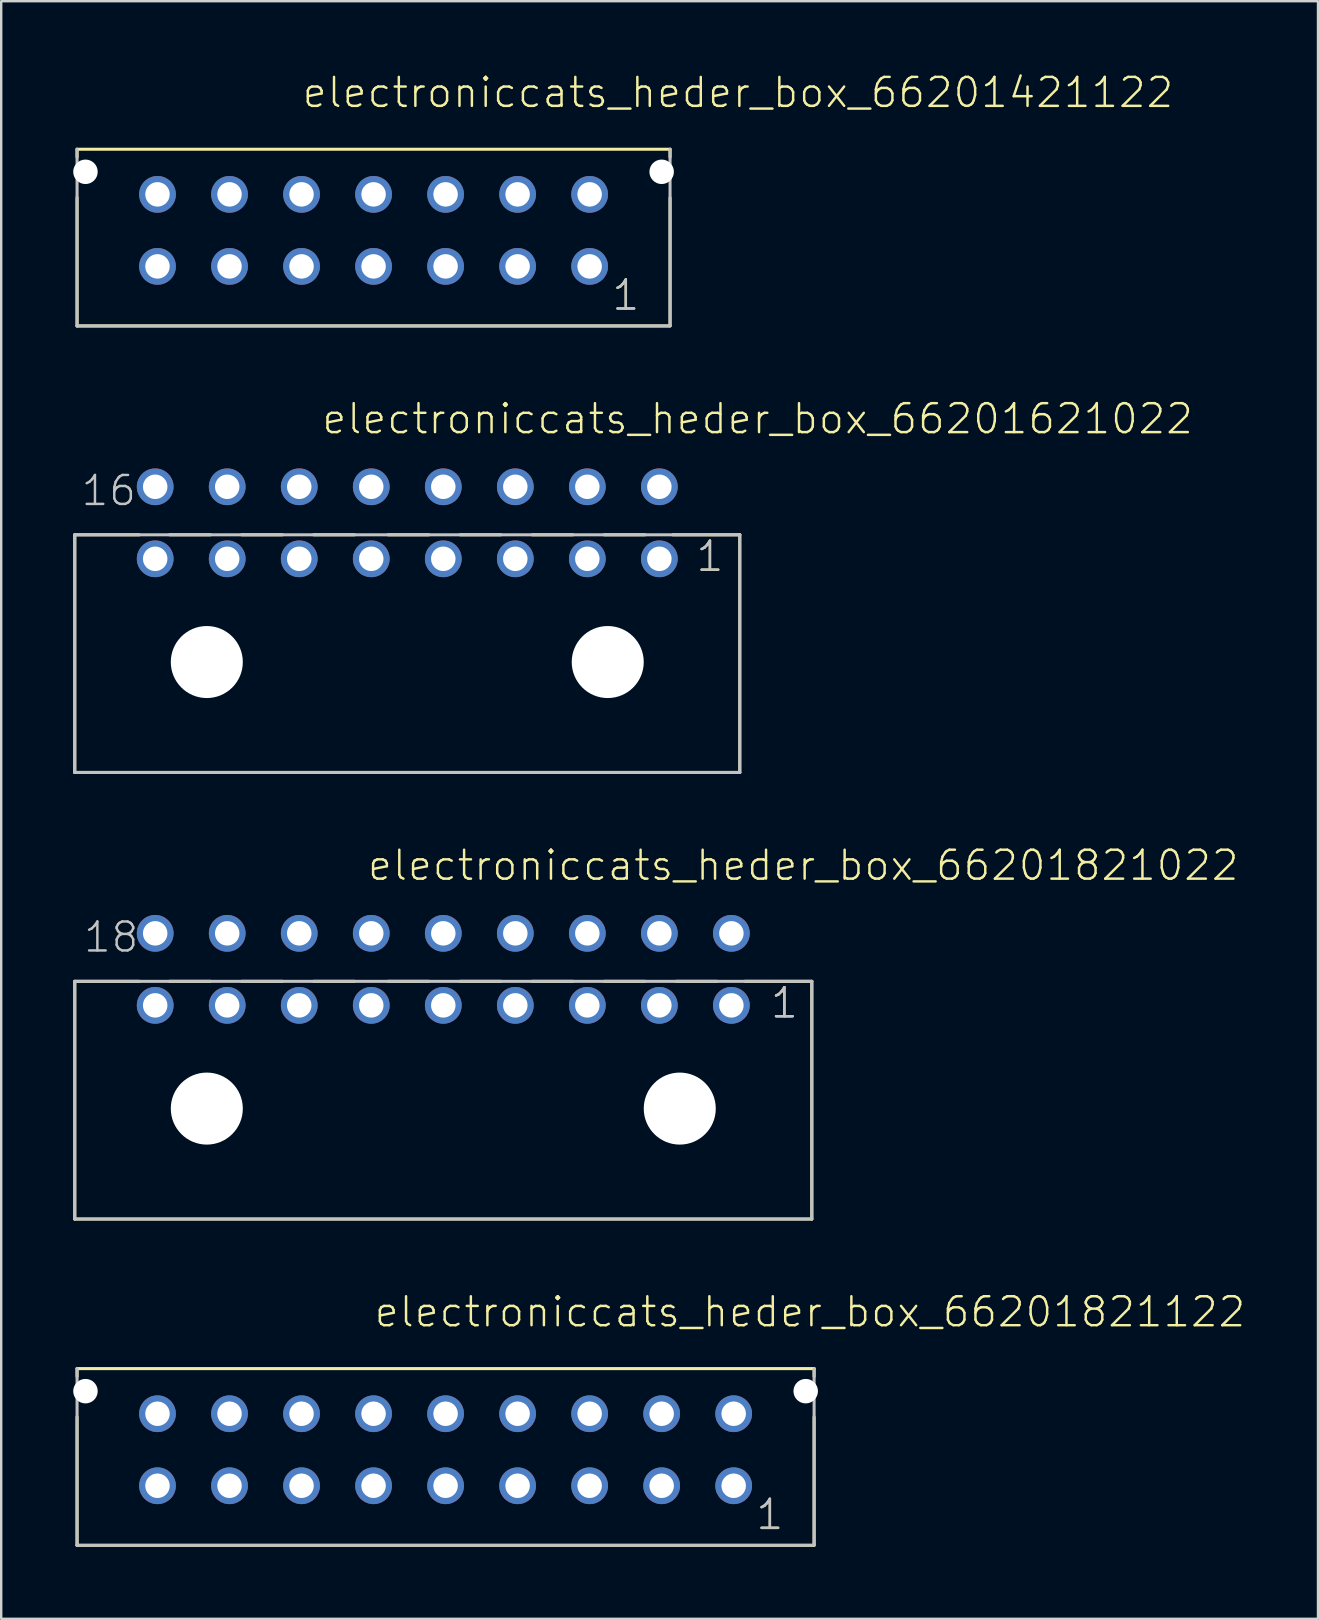
<source format=kicad_pcb>
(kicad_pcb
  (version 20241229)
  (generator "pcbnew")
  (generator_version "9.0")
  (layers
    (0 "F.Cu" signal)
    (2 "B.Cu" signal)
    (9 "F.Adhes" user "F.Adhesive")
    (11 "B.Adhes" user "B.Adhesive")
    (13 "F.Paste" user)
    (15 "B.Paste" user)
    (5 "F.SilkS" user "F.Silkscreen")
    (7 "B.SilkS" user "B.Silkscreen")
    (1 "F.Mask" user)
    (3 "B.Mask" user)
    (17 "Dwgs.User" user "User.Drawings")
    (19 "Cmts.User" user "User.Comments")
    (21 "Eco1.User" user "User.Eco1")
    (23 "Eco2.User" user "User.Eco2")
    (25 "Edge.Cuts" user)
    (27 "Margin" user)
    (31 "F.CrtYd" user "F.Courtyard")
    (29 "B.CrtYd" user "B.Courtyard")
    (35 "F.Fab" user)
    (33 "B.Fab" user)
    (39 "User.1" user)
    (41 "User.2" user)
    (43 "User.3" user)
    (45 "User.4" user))
  (footprint "electroniccats_heder_box_66201421122"
    (layer "F.Cu")
    (at 12.51 6.546)
    (property "Reference" "electroniccats_heder_box_66201421122" (at -3.035 -5.035 0) (layer "F.SilkS") (effects (font (size 1.206 1.206) (thickness 0.102)) (justify left bottom)))
    (attr through_hole)
    (fp_line (start -12.35 -3.05) (end -12.35 -3.38) (stroke (width 0.127) (type solid)) (layer "F.SilkS"))
    (fp_line (start -12.35 -1.37) (end -12.35 3.98) (stroke (width 0.127) (type solid)) (layer "F.SilkS"))
    (fp_line (start -12.35 3.98) (end 12.35 3.98) (stroke (width 0.127) (type solid)) (layer "F.SilkS"))
    (fp_line (start 12.35 -3.38) (end -12.35 -3.38) (stroke (width 0.127) (type solid)) (layer "F.SilkS"))
    (fp_line (start 12.35 -3.05) (end 12.35 -3.38) (stroke (width 0.127) (type solid)) (layer "F.SilkS"))
    (fp_line (start 12.35 -1.36) (end 12.35 3.94) (stroke (width 0.127) (type solid)) (layer "F.SilkS"))
    (fp_line (start -12.35 -3.38) (end -12.35 3.98) (stroke (width 0.127) (type solid)) (layer "Dwgs.User"))
    (fp_line (start -12.35 3.98) (end 12.35 3.98) (stroke (width 0.127) (type solid)) (layer "Dwgs.User"))
    (fp_line (start 12.35 3.98) (end 12.35 -3.38) (stroke (width 0.127) (type solid)) (layer "Dwgs.User"))
    (fp_text user "1" (at 9.865 3.405 0) (layer "F.SilkS") (effects (font (size 1.206 1.206) (thickness 0.102)) (justify left bottom)))
    (fp_text user "1" (at 9.865 3.405 0) (layer "Dwgs.User") (effects (font (size 1.206 1.206) (thickness 0.102)) (justify left bottom)))
    (pad "" np_thru_hole circle (at -12 -2.44) (size 1.02 1.02) (drill 1.02) (layers "*.Cu"))
    (pad "" np_thru_hole circle (at 12 -2.44) (size 1.02 1.02) (drill 1.02) (layers "*.Cu"))
    (pad "1" thru_hole circle (at 9 1.5) (size 1.53 1.53) (drill 1.02) (layers "*.Cu" "*.Mask"))
    (pad "2" thru_hole circle (at 6 1.5) (size 1.53 1.53) (drill 1.02) (layers "*.Cu" "*.Mask"))
    (pad "3" thru_hole circle (at 3 1.5) (size 1.53 1.53) (drill 1.02) (layers "*.Cu" "*.Mask"))
    (pad "4" thru_hole circle (at 0 1.5) (size 1.53 1.53) (drill 1.02) (layers "*.Cu" "*.Mask"))
    (pad "5" thru_hole circle (at -3 1.5) (size 1.53 1.53) (drill 1.02) (layers "*.Cu" "*.Mask"))
    (pad "6" thru_hole circle (at -6 1.5) (size 1.53 1.53) (drill 1.02) (layers "*.Cu" "*.Mask"))
    (pad "7" thru_hole circle (at -9 1.5) (size 1.53 1.53) (drill 1.02) (layers "*.Cu" "*.Mask"))
    (pad "8" thru_hole circle (at 9 -1.5) (size 1.53 1.53) (drill 1.02) (layers "*.Cu" "*.Mask"))
    (pad "9" thru_hole circle (at 6 -1.5) (size 1.53 1.53) (drill 1.02) (layers "*.Cu" "*.Mask"))
    (pad "10" thru_hole circle (at 3 -1.5) (size 1.53 1.53) (drill 1.02) (layers "*.Cu" "*.Mask"))
    (pad "11" thru_hole circle (at 0 -1.5) (size 1.53 1.53) (drill 1.02) (layers "*.Cu" "*.Mask"))
    (pad "12" thru_hole circle (at -3 -1.5) (size 1.53 1.53) (drill 1.02) (layers "*.Cu" "*.Mask"))
    (pad "13" thru_hole circle (at -6 -1.5) (size 1.53 1.53) (drill 1.02) (layers "*.Cu" "*.Mask"))
    (pad "14" thru_hole circle (at -9 -1.5) (size 1.53 1.53) (drill 1.02) (layers "*.Cu" "*.Mask")))
  (footprint "electroniccats_heder_box_66201621022"
    (layer "F.Cu")
    (at 13.914 24.526)
    (property "Reference" "electroniccats_heder_box_66201621022" (at -3.62 -9.425 0) (layer "F.SilkS") (effects (font (size 1.206 1.206) (thickness 0.102)) (justify left bottom)))
    (attr through_hole)
    (fp_line (start -13.85 4.6) (end -13.85 -5.3) (stroke (width 0.127) (type solid)) (layer "F.SilkS"))
    (fp_line (start -11.16 -5.3) (end -13.85 -5.3) (stroke (width 0.127) (type solid)) (layer "F.SilkS"))
    (fp_line (start -9.9 -5.3) (end -8.2 -5.3) (stroke (width 0.127) (type solid)) (layer "F.SilkS"))
    (fp_line (start -6.9 -5.3) (end -5.2 -5.3) (stroke (width 0.127) (type solid)) (layer "F.SilkS"))
    (fp_line (start -3.9 -5.3) (end -2.2 -5.3) (stroke (width 0.127) (type solid)) (layer "F.SilkS"))
    (fp_line (start -0.8 -5.3) (end 0.9 -5.3) (stroke (width 0.127) (type solid)) (layer "F.SilkS"))
    (fp_line (start 2.2 -5.3) (end 3.9 -5.3) (stroke (width 0.127) (type solid)) (layer "F.SilkS"))
    (fp_line (start 5.2 -5.3) (end 6.9 -5.3) (stroke (width 0.127) (type solid)) (layer "F.SilkS"))
    (fp_line (start 8.2 -5.3) (end 9.9 -5.3) (stroke (width 0.127) (type solid)) (layer "F.SilkS"))
    (fp_line (start 11.06 -5.3) (end 13.85 -5.3) (stroke (width 0.127) (type solid)) (layer "F.SilkS"))
    (fp_line (start 13.85 -5.3) (end 13.85 4.6) (stroke (width 0.127) (type solid)) (layer "F.SilkS"))
    (fp_line (start 13.85 4.6) (end -13.85 4.6) (stroke (width 0.127) (type solid)) (layer "F.SilkS"))
    (fp_line (start -13.85 -5.3) (end 13.85 -5.3) (stroke (width 0.127) (type solid)) (layer "Dwgs.User"))
    (fp_line (start -13.85 4.6) (end -13.85 -5.3) (stroke (width 0.127) (type solid)) (layer "Dwgs.User"))
    (fp_line (start 13.85 -5.3) (end 13.85 4.6) (stroke (width 0.127) (type solid)) (layer "Dwgs.User"))
    (fp_line (start 13.85 4.6) (end -13.85 4.6) (stroke (width 0.127) (type solid)) (layer "Dwgs.User"))
    (fp_text user "1" (at 11.965 -3.695 0) (layer "F.SilkS") (effects (font (size 1.206 1.206) (thickness 0.102)) (justify left bottom)))
    (fp_text user "1" (at 11.965 -3.695 0) (layer "Dwgs.User") (effects (font (size 1.206 1.206) (thickness 0.102)) (justify left bottom)))
    (fp_text user "16" (at -13.65 -6.435 0) (layer "Dwgs.User") (effects (font (size 1.206 1.206) (thickness 0.102)) (justify left bottom)))
    (pad "" np_thru_hole circle (at -8.35 0) (size 3 3) (drill 3) (layers "*.Cu"))
    (pad "" np_thru_hole circle (at 8.35 0) (size 3 3) (drill 3) (layers "*.Cu"))
    (pad "1" thru_hole circle (at 10.5 -4.3) (size 1.53 1.53) (drill 1.02) (layers "*.Cu" "*.Mask"))
    (pad "2" thru_hole circle (at 7.5 -4.3) (size 1.53 1.53) (drill 1.02) (layers "*.Cu" "*.Mask"))
    (pad "3" thru_hole circle (at 4.5 -4.3) (size 1.53 1.53) (drill 1.02) (layers "*.Cu" "*.Mask"))
    (pad "4" thru_hole circle (at 1.5 -4.3) (size 1.53 1.53) (drill 1.02) (layers "*.Cu" "*.Mask"))
    (pad "5" thru_hole circle (at -1.5 -4.3) (size 1.53 1.53) (drill 1.02) (layers "*.Cu" "*.Mask"))
    (pad "6" thru_hole circle (at -4.5 -4.3) (size 1.53 1.53) (drill 1.02) (layers "*.Cu" "*.Mask"))
    (pad "7" thru_hole circle (at -7.5 -4.3) (size 1.53 1.53) (drill 1.02) (layers "*.Cu" "*.Mask"))
    (pad "8" thru_hole circle (at -10.5 -4.3) (size 1.53 1.53) (drill 1.02) (layers "*.Cu" "*.Mask"))
    (pad "9" thru_hole circle (at 10.5 -7.3) (size 1.53 1.53) (drill 1.02) (layers "*.Cu" "*.Mask"))
    (pad "10" thru_hole circle (at 7.5 -7.3) (size 1.53 1.53) (drill 1.02) (layers "*.Cu" "*.Mask"))
    (pad "11" thru_hole circle (at 4.5 -7.3) (size 1.53 1.53) (drill 1.02) (layers "*.Cu" "*.Mask"))
    (pad "12" thru_hole circle (at 1.5 -7.3) (size 1.53 1.53) (drill 1.02) (layers "*.Cu" "*.Mask"))
    (pad "13" thru_hole circle (at -1.5 -7.3) (size 1.53 1.53) (drill 1.02) (layers "*.Cu" "*.Mask"))
    (pad "14" thru_hole circle (at -4.5 -7.3) (size 1.53 1.53) (drill 1.02) (layers "*.Cu" "*.Mask"))
    (pad "15" thru_hole circle (at -7.5 -7.3) (size 1.53 1.53) (drill 1.02) (layers "*.Cu" "*.Mask"))
    (pad "16" thru_hole circle (at -10.5 -7.3) (size 1.53 1.53) (drill 1.02) (layers "*.Cu" "*.Mask")))
  (footprint "electroniccats_heder_box_66201821122"
    (layer "F.Cu")
    (at 15.51 57.336)
    (property "Reference" "electroniccats_heder_box_66201821122" (at -3.035 -5.035 0) (layer "F.SilkS") (effects (font (size 1.206 1.206) (thickness 0.102)) (justify left bottom)))
    (attr through_hole)
    (fp_line (start -15.35 -3.05) (end -15.35 -3.38) (stroke (width 0.127) (type solid)) (layer "F.SilkS"))
    (fp_line (start -15.35 -1.37) (end -15.35 3.98) (stroke (width 0.127) (type solid)) (layer "F.SilkS"))
    (fp_line (start -15.35 3.98) (end 15.35 3.98) (stroke (width 0.127) (type solid)) (layer "F.SilkS"))
    (fp_line (start 15.35 -3.38) (end -15.35 -3.38) (stroke (width 0.127) (type solid)) (layer "F.SilkS"))
    (fp_line (start 15.35 -3.05) (end 15.35 -3.38) (stroke (width 0.127) (type solid)) (layer "F.SilkS"))
    (fp_line (start 15.35 -1.36) (end 15.35 3.94) (stroke (width 0.127) (type solid)) (layer "F.SilkS"))
    (fp_line (start -15.35 -3.38) (end -15.35 3.98) (stroke (width 0.127) (type solid)) (layer "Dwgs.User"))
    (fp_line (start -15.35 3.98) (end 15.35 3.98) (stroke (width 0.127) (type solid)) (layer "Dwgs.User"))
    (fp_line (start 15.35 3.98) (end 15.35 -3.38) (stroke (width 0.127) (type solid)) (layer "Dwgs.User"))
    (fp_text user "1" (at 12.865 3.405 0) (layer "F.SilkS") (effects (font (size 1.206 1.206) (thickness 0.102)) (justify left bottom)))
    (fp_text user "1" (at 12.865 3.405 0) (layer "Dwgs.User") (effects (font (size 1.206 1.206) (thickness 0.102)) (justify left bottom)))
    (pad "" np_thru_hole circle (at -15 -2.44) (size 1.02 1.02) (drill 1.02) (layers "*.Cu"))
    (pad "" np_thru_hole circle (at 15 -2.44) (size 1.02 1.02) (drill 1.02) (layers "*.Cu"))
    (pad "1" thru_hole circle (at 12 1.5) (size 1.53 1.53) (drill 1.02) (layers "*.Cu" "*.Mask"))
    (pad "2" thru_hole circle (at 9 1.5) (size 1.53 1.53) (drill 1.02) (layers "*.Cu" "*.Mask"))
    (pad "3" thru_hole circle (at 6 1.5) (size 1.53 1.53) (drill 1.02) (layers "*.Cu" "*.Mask"))
    (pad "4" thru_hole circle (at 3 1.5) (size 1.53 1.53) (drill 1.02) (layers "*.Cu" "*.Mask"))
    (pad "5" thru_hole circle (at 0 1.5) (size 1.53 1.53) (drill 1.02) (layers "*.Cu" "*.Mask"))
    (pad "6" thru_hole circle (at -3 1.5) (size 1.53 1.53) (drill 1.02) (layers "*.Cu" "*.Mask"))
    (pad "7" thru_hole circle (at -6 1.5) (size 1.53 1.53) (drill 1.02) (layers "*.Cu" "*.Mask"))
    (pad "8" thru_hole circle (at -9 1.5) (size 1.53 1.53) (drill 1.02) (layers "*.Cu" "*.Mask"))
    (pad "9" thru_hole circle (at -12 1.5) (size 1.53 1.53) (drill 1.02) (layers "*.Cu" "*.Mask"))
    (pad "10" thru_hole circle (at 12 -1.5) (size 1.53 1.53) (drill 1.02) (layers "*.Cu" "*.Mask"))
    (pad "11" thru_hole circle (at 9 -1.5) (size 1.53 1.53) (drill 1.02) (layers "*.Cu" "*.Mask"))
    (pad "12" thru_hole circle (at 6 -1.5) (size 1.53 1.53) (drill 1.02) (layers "*.Cu" "*.Mask"))
    (pad "13" thru_hole circle (at 3 -1.5) (size 1.53 1.53) (drill 1.02) (layers "*.Cu" "*.Mask"))
    (pad "14" thru_hole circle (at 0 -1.5) (size 1.53 1.53) (drill 1.02) (layers "*.Cu" "*.Mask"))
    (pad "15" thru_hole circle (at -3 -1.5) (size 1.53 1.53) (drill 1.02) (layers "*.Cu" "*.Mask"))
    (pad "16" thru_hole circle (at -6 -1.5) (size 1.53 1.53) (drill 1.02) (layers "*.Cu" "*.Mask"))
    (pad "17" thru_hole circle (at -9 -1.5) (size 1.53 1.53) (drill 1.02) (layers "*.Cu" "*.Mask"))
    (pad "18" thru_hole circle (at -12 -1.5) (size 1.53 1.53) (drill 1.02) (layers "*.Cu" "*.Mask")))
  (footprint "electroniccats_heder_box_66201821022"
    (layer "F.Cu")
    (at 15.414 43.126)
    (property "Reference" "electroniccats_heder_box_66201821022" (at -3.22 -9.425 0) (layer "F.SilkS") (effects (font (size 1.206 1.206) (thickness 0.102)) (justify left bottom)))
    (attr through_hole)
    (fp_line (start -15.35 4.6) (end -15.35 -5.3) (stroke (width 0.127) (type solid)) (layer "F.SilkS"))
    (fp_line (start -12.66 -5.3) (end -15.35 -5.3) (stroke (width 0.127) (type solid)) (layer "F.SilkS"))
    (fp_line (start -11.4 -5.3) (end -9.7 -5.3) (stroke (width 0.127) (type solid)) (layer "F.SilkS"))
    (fp_line (start -8.4 -5.3) (end -6.7 -5.3) (stroke (width 0.127) (type solid)) (layer "F.SilkS"))
    (fp_line (start -5.4 -5.3) (end -3.7 -5.3) (stroke (width 0.127) (type solid)) (layer "F.SilkS"))
    (fp_line (start -2.3 -5.3) (end -0.6 -5.3) (stroke (width 0.127) (type solid)) (layer "F.SilkS"))
    (fp_line (start 0.7 -5.3) (end 2.4 -5.3) (stroke (width 0.127) (type solid)) (layer "F.SilkS"))
    (fp_line (start 3.7 -5.3) (end 5.4 -5.3) (stroke (width 0.127) (type solid)) (layer "F.SilkS"))
    (fp_line (start 6.7 -5.3) (end 8.4 -5.3) (stroke (width 0.127) (type solid)) (layer "F.SilkS"))
    (fp_line (start 9.7 -5.3) (end 11.4 -5.3) (stroke (width 0.127) (type solid)) (layer "F.SilkS"))
    (fp_line (start 12.56 -5.3) (end 15.35 -5.3) (stroke (width 0.127) (type solid)) (layer "F.SilkS"))
    (fp_line (start 15.35 -5.3) (end 15.35 4.6) (stroke (width 0.127) (type solid)) (layer "F.SilkS"))
    (fp_line (start 15.35 4.6) (end -15.35 4.6) (stroke (width 0.127) (type solid)) (layer "F.SilkS"))
    (fp_line (start -15.35 -5.3) (end 15.35 -5.3) (stroke (width 0.127) (type solid)) (layer "Dwgs.User"))
    (fp_line (start -15.35 4.6) (end -15.35 -5.3) (stroke (width 0.127) (type solid)) (layer "Dwgs.User"))
    (fp_line (start 15.35 -5.3) (end 15.35 4.6) (stroke (width 0.127) (type solid)) (layer "Dwgs.User"))
    (fp_line (start 15.35 4.6) (end -15.35 4.6) (stroke (width 0.127) (type solid)) (layer "Dwgs.User"))
    (fp_text user "1" (at 13.565 -3.695 0) (layer "F.SilkS") (effects (font (size 1.206 1.206) (thickness 0.102)) (justify left bottom)))
    (fp_text user "18" (at -15.05 -6.435 0) (layer "Dwgs.User") (effects (font (size 1.206 1.206) (thickness 0.102)) (justify left bottom)))
    (fp_text user "1" (at 13.565 -3.695 0) (layer "Dwgs.User") (effects (font (size 1.206 1.206) (thickness 0.102)) (justify left bottom)))
    (pad "" np_thru_hole circle (at -9.85 0) (size 3 3) (drill 3) (layers "*.Cu"))
    (pad "" np_thru_hole circle (at 9.85 0) (size 3 3) (drill 3) (layers "*.Cu"))
    (pad "1" thru_hole circle (at 12 -4.3) (size 1.53 1.53) (drill 1.02) (layers "*.Cu" "*.Mask"))
    (pad "2" thru_hole circle (at 9 -4.3) (size 1.53 1.53) (drill 1.02) (layers "*.Cu" "*.Mask"))
    (pad "3" thru_hole circle (at 6 -4.3) (size 1.53 1.53) (drill 1.02) (layers "*.Cu" "*.Mask"))
    (pad "4" thru_hole circle (at 3 -4.3) (size 1.53 1.53) (drill 1.02) (layers "*.Cu" "*.Mask"))
    (pad "5" thru_hole circle (at 0 -4.3) (size 1.53 1.53) (drill 1.02) (layers "*.Cu" "*.Mask"))
    (pad "6" thru_hole circle (at -3 -4.3) (size 1.53 1.53) (drill 1.02) (layers "*.Cu" "*.Mask"))
    (pad "7" thru_hole circle (at -6 -4.3) (size 1.53 1.53) (drill 1.02) (layers "*.Cu" "*.Mask"))
    (pad "8" thru_hole circle (at -9 -4.3) (size 1.53 1.53) (drill 1.02) (layers "*.Cu" "*.Mask"))
    (pad "9" thru_hole circle (at -12 -4.3) (size 1.53 1.53) (drill 1.02) (layers "*.Cu" "*.Mask"))
    (pad "10" thru_hole circle (at 12 -7.3) (size 1.53 1.53) (drill 1.02) (layers "*.Cu" "*.Mask"))
    (pad "11" thru_hole circle (at 9 -7.3) (size 1.53 1.53) (drill 1.02) (layers "*.Cu" "*.Mask"))
    (pad "12" thru_hole circle (at 6 -7.3) (size 1.53 1.53) (drill 1.02) (layers "*.Cu" "*.Mask"))
    (pad "13" thru_hole circle (at 3 -7.3) (size 1.53 1.53) (drill 1.02) (layers "*.Cu" "*.Mask"))
    (pad "14" thru_hole circle (at 0 -7.3) (size 1.53 1.53) (drill 1.02) (layers "*.Cu" "*.Mask"))
    (pad "15" thru_hole circle (at -3 -7.3) (size 1.53 1.53) (drill 1.02) (layers "*.Cu" "*.Mask"))
    (pad "16" thru_hole circle (at -6 -7.3) (size 1.53 1.53) (drill 1.02) (layers "*.Cu" "*.Mask"))
    (pad "17" thru_hole circle (at -9 -7.3) (size 1.53 1.53) (drill 1.02) (layers "*.Cu" "*.Mask"))
    (pad "18" thru_hole circle (at -12 -7.3) (size 1.53 1.53) (drill 1.02) (layers "*.Cu" "*.Mask")))
  (gr_rect
    (start -3 -3)
    (end 51.848 64.379)
    (stroke (width 0.1) (type default))
    (fill no)
    (layer "Edge.Cuts")))
</source>
